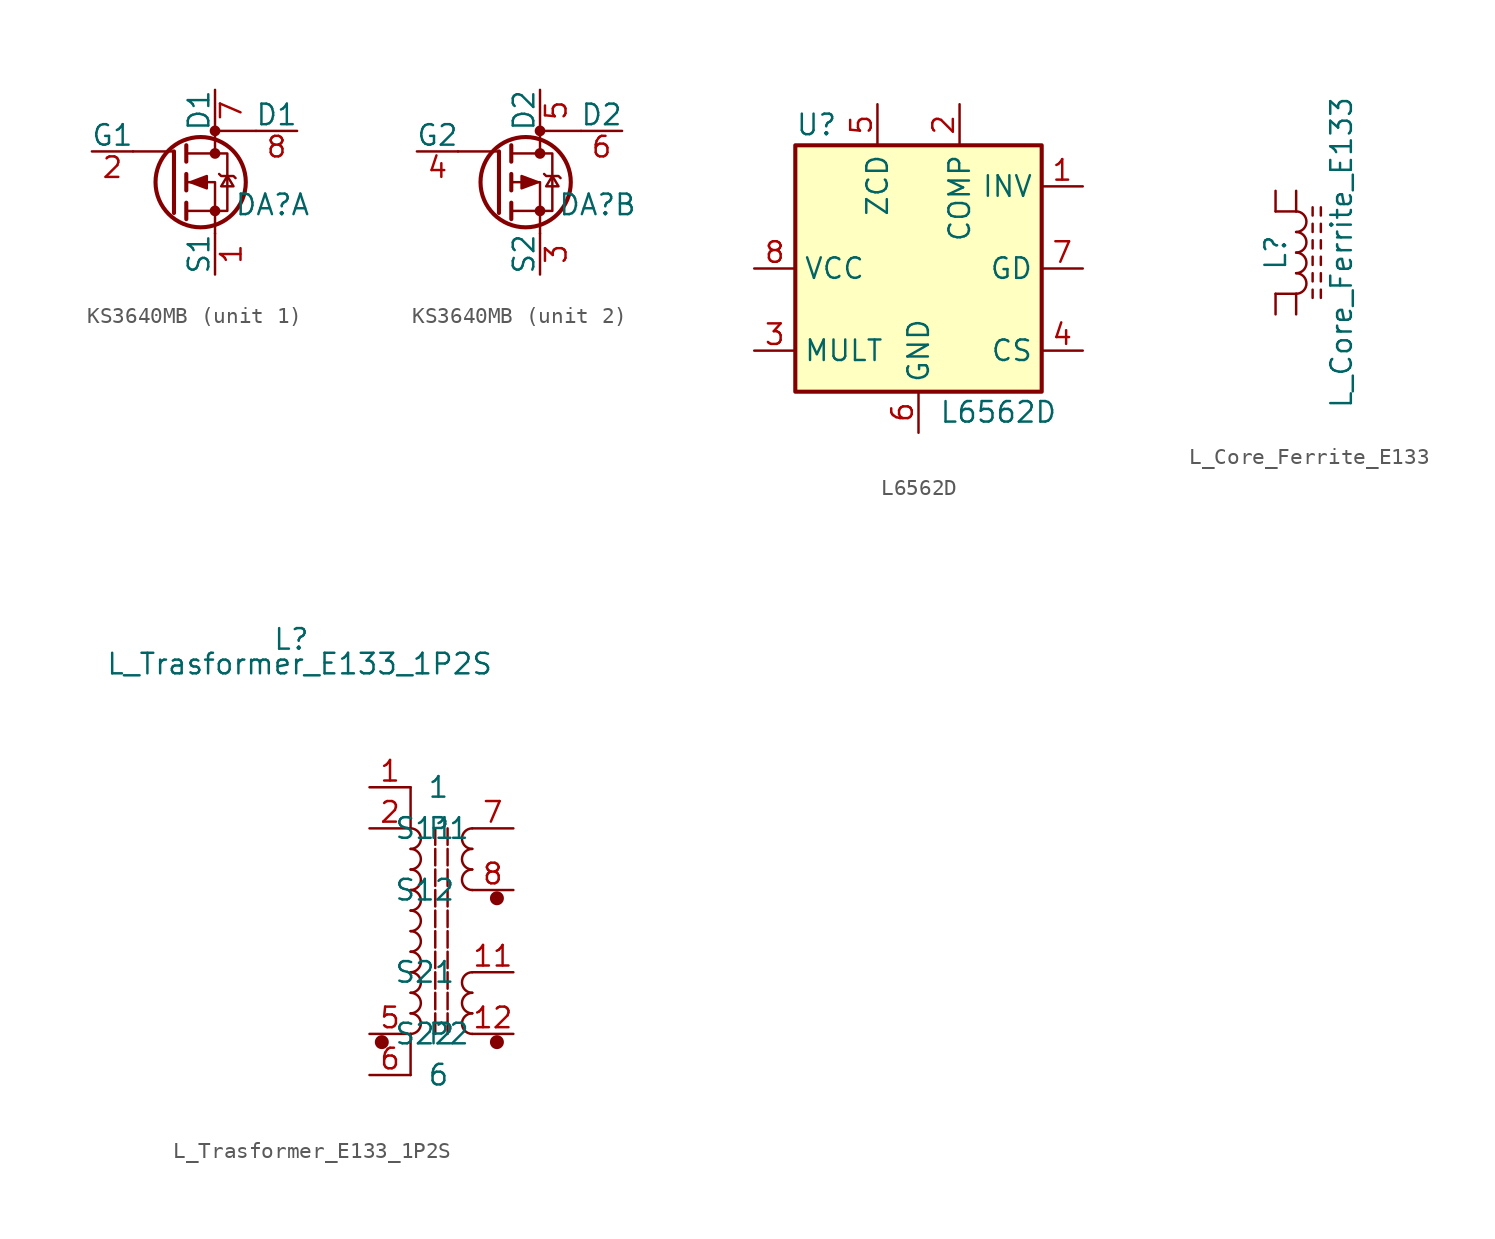
<source format=kicad_sym>
(kicad_symbol_lib
  (version 20231120)
  (generator "kicad_symbol_editor")
  (generator_version "8.0")
  (symbol "KS3640MB"
    (pin_names
      (offset 0))
    (property "Reference" "DA"
      (at 11.176 -3.302 0)
      (effects (font (size 1.27 1.27))))
    (property "Value" ""
      (at 4.064 -1.27 0)
      (effects (font (size 1.27 1.27))))
    (property "ki_locked" ""
      (at 0 0 0)
      (effects (font (size 1.27 1.27))))
    (symbol "KS3640MB_1_1"
      (polyline (pts (xy 5.08 0) (xy 2.54 0)) (stroke (width 0) (type default)) (fill (type none)))
      (polyline (pts (xy 5.08 0) (xy 5.08 -3.81)) (stroke (width 0.254) (type default)) (fill (type none)))
      (polyline (pts (xy 5.842 -3.175) (xy 5.842 -4.191)) (stroke (width 0.254) (type default)) (fill (type none)))
      (polyline (pts (xy 5.842 -1.397) (xy 5.842 -2.413)) (stroke (width 0.254) (type default)) (fill (type none)))
      (polyline (pts (xy 5.842 0.381) (xy 5.842 -0.635)) (stroke (width 0.254) (type default)) (fill (type none)))
      (polyline (pts (xy 7.62 1.27) (xy 7.62 -0.127)) (stroke (width 0) (type default)) (fill (type none)))
      (polyline (pts (xy 10.16 1.27) (xy 7.62 1.27)) (stroke (width 0) (type default)) (fill (type none)))
      (polyline (pts (xy 7.62 -5.08) (xy 7.62 -1.905) (xy 5.842 -1.905)) (stroke (width 0) (type default)) (fill (type none)))
      (polyline (pts (xy 5.842 -3.683) (xy 8.382 -3.683) (xy 8.382 -0.127) (xy 5.842 -0.127)) (stroke (width 0) (type default)) (fill (type none)))
      (polyline (pts (xy 6.096 -1.905) (xy 7.112 -1.524) (xy 7.112 -2.286) (xy 6.096 -1.905)) (stroke (width 0) (type default)) (fill (type outline)))
      (polyline (pts (xy 7.874 -1.397) (xy 8.001 -1.524) (xy 8.763 -1.524) (xy 8.89 -1.651)) (stroke (width 0) (type default)) (fill (type none)))
      (polyline (pts (xy 8.382 -1.524) (xy 8.001 -2.159) (xy 8.763 -2.159) (xy 8.382 -1.524)) (stroke (width 0) (type default)) (fill (type none)))
      (circle (center 6.731 -1.905) (radius 2.794) (stroke (width 0.254) (type default)) (fill (type none)))
      (circle (center 7.62 -3.683) (radius 0.254) (stroke (width 0) (type default)) (fill (type outline)))
      (circle (center 7.62 -0.127) (radius 0.254) (stroke (width 0) (type default)) (fill (type outline)))
      (circle (center 7.62 1.27) (radius 0.254) (stroke (width 0) (type default)) (fill (type outline)))
      (pin passive line (at 7.62 -7.62 90) (length 2.54) (name "S1" (effects (font (size 1.27 1.27)))) (number "1" (effects (font (size 1.27 1.27)))))
      (pin passive line (at 0 0 0) (length 2.54) (name "G1" (effects (font (size 1.27 1.27)))) (number "2" (effects (font (size 1.27 1.27)))))
      (pin passive line (at 7.62 3.81 270) (length 2.54) (name "D1" (effects (font (size 1.27 1.27)))) (number "7" (effects (font (size 1.27 1.27)))))
      (pin passive line (at 12.7 1.27 180) (length 2.54) (name "D1" (effects (font (size 1.27 1.27)))) (number "8" (effects (font (size 1.27 1.27))))))
    (symbol "KS3640MB_2_1"
      (polyline (pts (xy 5.08 0) (xy 2.54 0)) (stroke (width 0) (type default)) (fill (type none)))
      (polyline (pts (xy 5.08 0) (xy 5.08 -3.81)) (stroke (width 0.254) (type default)) (fill (type none)))
      (polyline (pts (xy 5.842 -3.175) (xy 5.842 -4.191)) (stroke (width 0.254) (type default)) (fill (type none)))
      (polyline (pts (xy 5.842 -1.397) (xy 5.842 -2.413)) (stroke (width 0.254) (type default)) (fill (type none)))
      (polyline (pts (xy 5.842 0.381) (xy 5.842 -0.635)) (stroke (width 0.254) (type default)) (fill (type none)))
      (polyline (pts (xy 7.62 1.27) (xy 7.62 -0.127)) (stroke (width 0) (type default)) (fill (type none)))
      (polyline (pts (xy 10.16 1.27) (xy 7.62 1.27)) (stroke (width 0) (type default)) (fill (type none)))
      (polyline (pts (xy 7.62 -5.08) (xy 7.62 -1.905) (xy 5.842 -1.905)) (stroke (width 0) (type default)) (fill (type none)))
      (polyline (pts (xy 5.842 -3.683) (xy 8.382 -3.683) (xy 8.382 -0.127) (xy 5.842 -0.127)) (stroke (width 0) (type default)) (fill (type none)))
      (polyline (pts (xy 7.493 -1.905) (xy 6.477 -1.524) (xy 6.477 -2.286) (xy 7.493 -1.905)) (stroke (width 0) (type default)) (fill (type outline)))
      (polyline (pts (xy 7.874 -1.397) (xy 8.001 -1.524) (xy 8.763 -1.524) (xy 8.89 -1.651)) (stroke (width 0) (type default)) (fill (type none)))
      (polyline (pts (xy 8.382 -1.524) (xy 8.001 -2.159) (xy 8.763 -2.159) (xy 8.382 -1.524)) (stroke (width 0) (type default)) (fill (type none)))
      (circle (center 6.731 -1.905) (radius 2.794) (stroke (width 0.254) (type default)) (fill (type none)))
      (circle (center 7.62 -3.683) (radius 0.254) (stroke (width 0) (type default)) (fill (type outline)))
      (circle (center 7.62 -0.127) (radius 0.254) (stroke (width 0) (type default)) (fill (type outline)))
      (circle (center 7.62 1.27) (radius 0.254) (stroke (width 0) (type default)) (fill (type outline)))
      (pin passive line (at 7.62 -7.62 90) (length 2.54) (name "S2" (effects (font (size 1.27 1.27)))) (number "3" (effects (font (size 1.27 1.27)))))
      (pin passive line (at 0 0 0) (length 2.54) (name "G2" (effects (font (size 1.27 1.27)))) (number "4" (effects (font (size 1.27 1.27)))))
      (pin passive line (at 7.62 3.81 270) (length 2.54) (name "D2" (effects (font (size 1.27 1.27)))) (number "5" (effects (font (size 1.27 1.27)))))
      (pin passive line (at 12.7 1.27 180) (length 2.54) (name "D2" (effects (font (size 1.27 1.27)))) (number "6" (effects (font (size 1.27 1.27)))))))
  (symbol "L6562D"
    (property "Reference" "U"
      (at -7.62 8.89 0)
      (effects (font (size 1.27 1.27)) (justify left)))
    (property "Value" "L6562D"
      (at 1.27 -8.89 0)
      (effects (font (size 1.27 1.27)) (justify left)))
    (symbol "L6562D_0_0"
      (rectangle (start -7.62 7.62) (end 7.62 -7.62) (stroke (width 0.254) (type default)) (fill (type background))))
    (symbol "L6562D_1_1"
      (pin input line (at 10.16 5.08 180) (length 2.54) (name "INV" (effects (font (size 1.27 1.27)))) (number "1" (effects (font (size 1.27 1.27)))))
      (pin output line (at 2.54 10.16 270) (length 2.54) (name "COMP" (effects (font (size 1.27 1.27)))) (number "2" (effects (font (size 1.27 1.27)))))
      (pin input line (at -10.16 -5.08 0) (length 2.54) (name "MULT" (effects (font (size 1.27 1.27)))) (number "3" (effects (font (size 1.27 1.27)))))
      (pin input line (at 10.16 -5.08 180) (length 2.54) (name "CS" (effects (font (size 1.27 1.27)))) (number "4" (effects (font (size 1.27 1.27)))))
      (pin input line (at -2.54 10.16 270) (length 2.54) (name "ZCD" (effects (font (size 1.27 1.27)))) (number "5" (effects (font (size 1.27 1.27)))))
      (pin power_in line (at 0 -10.16 90) (length 2.54) (name "GND" (effects (font (size 1.27 1.27)))) (number "6" (effects (font (size 1.27 1.27)))))
      (pin output line (at 10.16 0 180) (length 2.54) (name "GD" (effects (font (size 1.27 1.27)))) (number "7" (effects (font (size 1.27 1.27)))))
      (pin power_in line (at -10.16 0 0) (length 2.54) (name "VCC" (effects (font (size 1.27 1.27)))) (number "8" (effects (font (size 1.27 1.27)))))))
  (symbol "L_Core_Ferrite_E133"
    (pin_numbers hide)
    (pin_names
      (offset 1.016) hide)
    (property "Reference" "L"
      (at -1.27 0 90)
      (effects (font (size 1.27 1.27))))
    (property "Value" "L_Core_Ferrite_E133"
      (at 2.794 0 90)
      (effects (font (size 1.27 1.27))))
    (symbol "L_Core_Ferrite_E133_0_1"
      (arc (start 0 -2.54) (mid 0.6323 -1.905) (end 0 -1.27) (stroke (width 0) (type default)) (fill (type none)))
      (arc (start 0 -1.27) (mid 0.6323 -0.635) (end 0 0) (stroke (width 0) (type default)) (fill (type none)))
      (polyline (pts (xy 0 -2.54) (xy -1.27 -2.54)) (stroke (width 0) (type default)) (fill (type none)))
      (polyline (pts (xy 0 2.54) (xy -1.27 2.54)) (stroke (width 0) (type default)) (fill (type none)))
      (polyline (pts (xy 1.016 -2.794) (xy 1.016 -2.286)) (stroke (width 0) (type default)) (fill (type none)))
      (polyline (pts (xy 1.016 -1.778) (xy 1.016 -1.27)) (stroke (width 0) (type default)) (fill (type none)))
      (polyline (pts (xy 1.016 -0.762) (xy 1.016 -0.254)) (stroke (width 0) (type default)) (fill (type none)))
      (polyline (pts (xy 1.016 0.254) (xy 1.016 0.762)) (stroke (width 0) (type default)) (fill (type none)))
      (polyline (pts (xy 1.016 1.27) (xy 1.016 1.778)) (stroke (width 0) (type default)) (fill (type none)))
      (polyline (pts (xy 1.016 2.286) (xy 1.016 2.794)) (stroke (width 0) (type default)) (fill (type none)))
      (polyline (pts (xy 1.524 -2.286) (xy 1.524 -2.794)) (stroke (width 0) (type default)) (fill (type none)))
      (polyline (pts (xy 1.524 -1.27) (xy 1.524 -1.778)) (stroke (width 0) (type default)) (fill (type none)))
      (polyline (pts (xy 1.524 -0.254) (xy 1.524 -0.762)) (stroke (width 0) (type default)) (fill (type none)))
      (polyline (pts (xy 1.524 0.762) (xy 1.524 0.254)) (stroke (width 0) (type default)) (fill (type none)))
      (polyline (pts (xy 1.524 1.778) (xy 1.524 1.27)) (stroke (width 0) (type default)) (fill (type none)))
      (polyline (pts (xy 1.524 2.794) (xy 1.524 2.286)) (stroke (width 0) (type default)) (fill (type none)))
      (arc (start 0 0) (mid 0.6323 0.635) (end 0 1.27) (stroke (width 0) (type default)) (fill (type none)))
      (arc (start 0 1.27) (mid 0.6323 1.905) (end 0 2.54) (stroke (width 0) (type default)) (fill (type none))))
    (symbol "L_Core_Ferrite_E133_1_1"
      (pin passive line (at 0 -3.81 90) (length 1.27) (name "11" (effects (font (size 1.27 1.27)))) (number "11" (effects (font (size 1.27 1.27)))))
      (pin passive line (at -1.27 -3.81 90) (length 1.27) (name "12" (effects (font (size 1.27 1.27)))) (number "12" (effects (font (size 1.27 1.27)))))
      (pin passive line (at -1.27 3.81 270) (length 1.27) (name "7" (effects (font (size 1.27 1.27)))) (number "7" (effects (font (size 1.27 1.27)))))
      (pin passive line (at 0 3.81 270) (length 1.27) (name "8" (effects (font (size 1.27 1.27)))) (number "8" (effects (font (size 1.27 1.27)))))))
  (symbol "L_Trasformer_E133_1P2S"
    (pin_names
      (offset 1.016))
    (property "Reference" "L"
      (at -4.826 11.684 0)
      (effects (font (size 1.27 1.27))))
    (property "Value" "L_Trasformer_E133_1P2S"
      (at -4.318 10.16 0)
      (effects (font (size 1.27 1.27))))
    (symbol "L_Trasformer_E133_1P2S_0_1"
      (polyline (pts (xy 2.54 -15.24) (xy 2.54 -12.7)) (stroke (width 0) (type default)) (fill (type none)))
      (polyline (pts (xy 2.54 2.54) (xy 2.54 0)) (stroke (width 0) (type default)) (fill (type none)))
      (polyline (pts (xy 4.064 -11.43) (xy 4.064 -12.7)) (stroke (width 0) (type default)) (fill (type none)))
      (polyline (pts (xy 4.064 -10.16) (xy 4.064 -11.176)) (stroke (width 0) (type default)) (fill (type none)))
      (polyline (pts (xy 4.064 -8.89) (xy 4.064 -9.906)) (stroke (width 0) (type default)) (fill (type none)))
      (polyline (pts (xy 4.064 -7.62) (xy 4.064 -8.636)) (stroke (width 0) (type default)) (fill (type none)))
      (polyline (pts (xy 4.064 -6.35) (xy 4.064 -7.366)) (stroke (width 0) (type default)) (fill (type none)))
      (polyline (pts (xy 4.064 -5.08) (xy 4.064 -6.096)) (stroke (width 0) (type default)) (fill (type none)))
      (polyline (pts (xy 4.064 -3.81) (xy 4.064 -4.826)) (stroke (width 0) (type default)) (fill (type none)))
      (polyline (pts (xy 4.064 -2.54) (xy 4.064 -3.556)) (stroke (width 0) (type default)) (fill (type none)))
      (polyline (pts (xy 4.064 -1.27) (xy 4.064 -2.286)) (stroke (width 0) (type default)) (fill (type none)))
      (polyline (pts (xy 4.064 0) (xy 4.064 -1.016)) (stroke (width 0) (type default)) (fill (type none)))
      (polyline (pts (xy 4.826 -11.43) (xy 4.826 -12.7)) (stroke (width 0) (type default)) (fill (type none)))
      (polyline (pts (xy 4.826 -10.16) (xy 4.826 -11.176)) (stroke (width 0) (type default)) (fill (type none)))
      (polyline (pts (xy 4.826 -8.89) (xy 4.826 -9.906)) (stroke (width 0) (type default)) (fill (type none)))
      (polyline (pts (xy 4.826 -7.62) (xy 4.826 -8.636)) (stroke (width 0) (type default)) (fill (type none)))
      (polyline (pts (xy 4.826 -6.35) (xy 4.826 -7.366)) (stroke (width 0) (type default)) (fill (type none)))
      (polyline (pts (xy 4.826 -5.08) (xy 4.826 -6.096)) (stroke (width 0) (type default)) (fill (type none)))
      (polyline (pts (xy 4.826 -3.81) (xy 4.826 -4.826)) (stroke (width 0) (type default)) (fill (type none)))
      (polyline (pts (xy 4.826 -2.54) (xy 4.826 -3.556)) (stroke (width 0) (type default)) (fill (type none)))
      (polyline (pts (xy 4.826 -1.27) (xy 4.826 -2.286)) (stroke (width 0) (type default)) (fill (type none)))
      (polyline (pts (xy 4.826 0) (xy 4.826 -1.016)) (stroke (width 0) (type default)) (fill (type none)))
      (circle (center 0.762 -13.208) (radius 0.356) (stroke (width 0) (type default)) (fill (type outline)))
      (arc (start 2.54 -12.7) (mid 3.1722 -12.065) (end 2.54 -11.43) (stroke (width 0) (type default)) (fill (type none)))
      (arc (start 2.54 -11.43) (mid 3.1722 -10.795) (end 2.54 -10.16) (stroke (width 0) (type default)) (fill (type none)))
      (arc (start 2.54 -10.16) (mid 3.1722 -9.525) (end 2.54 -8.89) (stroke (width 0) (type default)) (fill (type none)))
      (arc (start 2.54 -8.89) (mid 3.1722 -8.255) (end 2.54 -7.62) (stroke (width 0) (type default)) (fill (type none)))
      (arc (start 2.54 -7.62) (mid 3.1722 -6.985) (end 2.54 -6.35) (stroke (width 0) (type default)) (fill (type none)))
      (arc (start 2.54 -6.35) (mid 3.1722 -5.715) (end 2.54 -5.08) (stroke (width 0) (type default)) (fill (type none)))
      (arc (start 2.54 -5.08) (mid 3.1722 -4.445) (end 2.54 -3.81) (stroke (width 0) (type default)) (fill (type none)))
      (arc (start 2.54 -3.81) (mid 3.1722 -3.175) (end 2.54 -2.54) (stroke (width 0) (type default)) (fill (type none)))
      (arc (start 2.54 -2.54) (mid 3.1722 -1.905) (end 2.54 -1.27) (stroke (width 0) (type default)) (fill (type none)))
      (arc (start 2.54 -1.27) (mid 3.1722 -0.635) (end 2.54 0) (stroke (width 0) (type default)) (fill (type none)))
      (arc (start 6.35 -11.43) (mid 5.7177 -12.065) (end 6.35 -12.7) (stroke (width 0) (type default)) (fill (type none)))
      (arc (start 6.35 -10.16) (mid 5.7177 -10.795) (end 6.35 -11.43) (stroke (width 0) (type default)) (fill (type none)))
      (arc (start 6.35 -8.89) (mid 5.7177 -9.525) (end 6.35 -10.16) (stroke (width 0) (type default)) (fill (type none)))
      (arc (start 6.35 -2.54) (mid 5.7177 -3.175) (end 6.35 -3.81) (stroke (width 0) (type default)) (fill (type none)))
      (arc (start 6.35 -1.27) (mid 5.7177 -1.905) (end 6.35 -2.54) (stroke (width 0) (type default)) (fill (type none)))
      (arc (start 6.35 0) (mid 5.7177 -0.635) (end 6.35 -1.27) (stroke (width 0) (type default)) (fill (type none)))
      (circle (center 7.874 -13.208) (radius 0.356) (stroke (width 0) (type default)) (fill (type outline)))
      (circle (center 7.874 -4.318) (radius 0.356) (stroke (width 0) (type default)) (fill (type outline))))
    (symbol "L_Trasformer_E133_1P2S_1_1"
      (pin passive line (at 0 2.54 0) (length 2.54) (name "1" (effects (font (size 1.27 1.27)))) (number "1" (effects (font (size 1.27 1.27)))))
      (pin passive line (at 8.89 -8.89 180) (length 2.54) (name "S21" (effects (font (size 1.27 1.27)))) (number "11" (effects (font (size 1.27 1.27)))))
      (pin passive line (at 8.89 -12.7 180) (length 2.54) (name "S22" (effects (font (size 1.27 1.27)))) (number "12" (effects (font (size 1.27 1.27)))))
      (pin passive line (at 0 0 0) (length 2.54) (name "P1" (effects (font (size 1.27 1.27)))) (number "2" (effects (font (size 1.27 1.27)))))
      (pin passive line (at 0 -12.7 0) (length 2.54) (name "P2" (effects (font (size 1.27 1.27)))) (number "5" (effects (font (size 1.27 1.27)))))
      (pin passive line (at 0 -15.24 0) (length 2.54) (name "6" (effects (font (size 1.27 1.27)))) (number "6" (effects (font (size 1.27 1.27)))))
      (pin passive line (at 8.89 0 180) (length 2.54) (name "S11" (effects (font (size 1.27 1.27)))) (number "7" (effects (font (size 1.27 1.27)))))
      (pin passive line (at 8.89 -3.81 180) (length 2.54) (name "S12" (effects (font (size 1.27 1.27)))) (number "8" (effects (font (size 1.27 1.27))))))))
</source>
